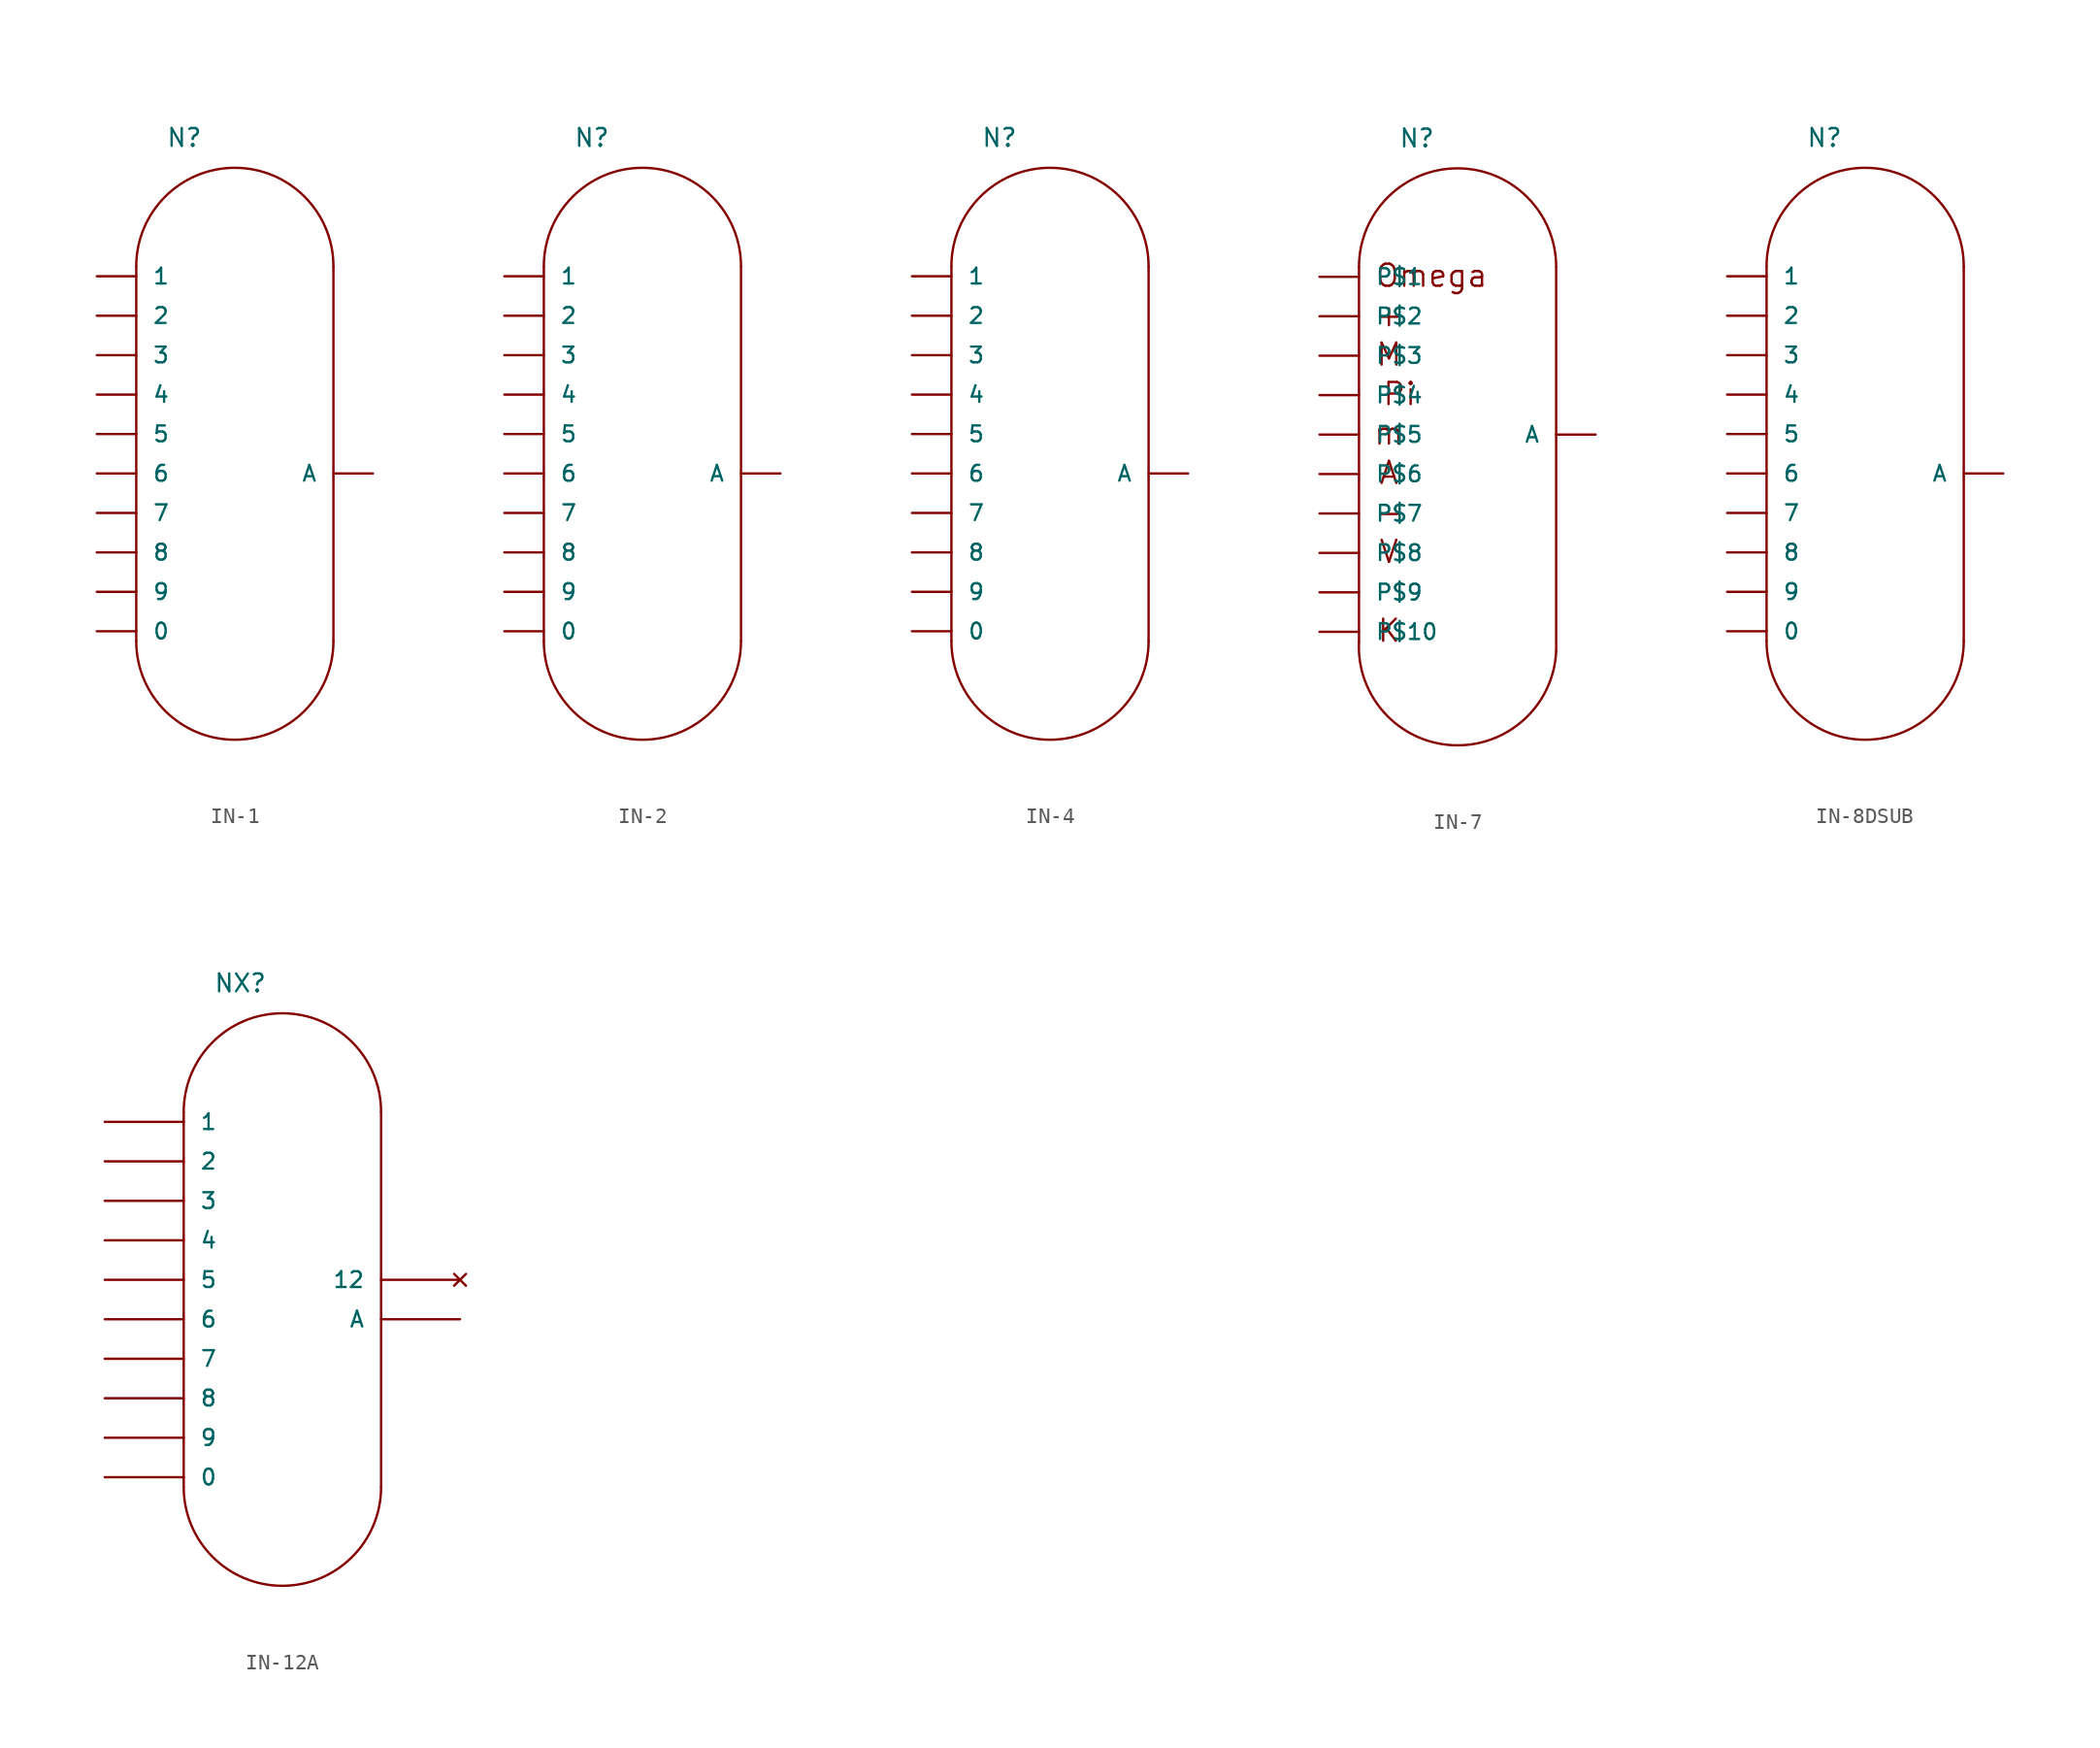
<source format=kicad_sym>
(kicad_symbol_lib
  (version 20231120)
  (generator "kicad_symbol_editor")
  (generator_version "8.0")
  (symbol "IN-1"
    (pin_numbers hide)
    (pin_names
      (offset 1.016))
    (property "Reference" "N"
      (at -5.715 20.955 0)
      (effects (font (size 1.143 1.143)) (justify left bottom)))
    (property "ki_locked" ""
      (at 0 0 0)
      (effects (font (size 1.27 1.27))))
    (symbol "IN-1_1_0"
      (polyline (pts (xy -7.62 -10.795) (xy -7.62 13.335)) (stroke (width 0) (type solid)) (fill (type none)))
      (polyline (pts (xy 5.08 -10.795) (xy 5.08 13.335)) (stroke (width 0) (type solid)) (fill (type none))))
    (symbol "IN-1_1_1"
      (arc (start -7.62 -10.795) (mid -1.27 -17.145) (end 5.08 -10.795) (stroke (width 0) (type solid)) (fill (type none)))
      (arc (start 5.08 13.335) (mid -1.27 19.685) (end -7.62 13.335) (stroke (width 0) (type solid)) (fill (type none)))
      (pin bidirectional line (at -10.16 -10.16 0) (length 2.54) (name "0" (effects (font (size 1.016 1.016)))) (number "0" (effects (font (size 1.016 1.016)))))
      (pin bidirectional line (at -10.16 12.7 0) (length 2.54) (name "1" (effects (font (size 1.016 1.016)))) (number "1" (effects (font (size 1.016 1.016)))))
      (pin bidirectional line (at -10.16 10.16 0) (length 2.54) (name "2" (effects (font (size 1.016 1.016)))) (number "2" (effects (font (size 1.016 1.016)))))
      (pin bidirectional line (at -10.16 7.62 0) (length 2.54) (name "3" (effects (font (size 1.016 1.016)))) (number "3" (effects (font (size 1.016 1.016)))))
      (pin bidirectional line (at -10.16 5.08 0) (length 2.54) (name "4" (effects (font (size 1.016 1.016)))) (number "4" (effects (font (size 1.016 1.016)))))
      (pin bidirectional line (at -10.16 2.54 0) (length 2.54) (name "5" (effects (font (size 1.016 1.016)))) (number "5" (effects (font (size 1.016 1.016)))))
      (pin bidirectional line (at -10.16 0 0) (length 2.54) (name "6" (effects (font (size 1.016 1.016)))) (number "6" (effects (font (size 1.016 1.016)))))
      (pin bidirectional line (at -10.16 -2.54 0) (length 2.54) (name "7" (effects (font (size 1.016 1.016)))) (number "7" (effects (font (size 1.016 1.016)))))
      (pin bidirectional line (at -10.16 -5.08 0) (length 2.54) (name "8" (effects (font (size 1.016 1.016)))) (number "8" (effects (font (size 1.016 1.016)))))
      (pin bidirectional line (at -10.16 -7.62 0) (length 2.54) (name "9" (effects (font (size 1.016 1.016)))) (number "9" (effects (font (size 1.016 1.016)))))
      (pin bidirectional line (at 7.62 0 180) (length 2.54) (name "A" (effects (font (size 1.016 1.016)))) (number "A" (effects (font (size 1.016 1.016)))))))
  (symbol "IN-2"
    (pin_numbers hide)
    (pin_names
      (offset 1.016))
    (property "Reference" "N"
      (at -5.715 20.955 0)
      (effects (font (size 1.143 1.143)) (justify left bottom)))
    (property "ki_locked" ""
      (at 0 0 0)
      (effects (font (size 1.27 1.27))))
    (symbol "IN-2_1_0"
      (polyline (pts (xy -7.62 -10.795) (xy -7.62 13.335)) (stroke (width 0) (type solid)) (fill (type none)))
      (polyline (pts (xy 5.08 -10.795) (xy 5.08 13.335)) (stroke (width 0) (type solid)) (fill (type none))))
    (symbol "IN-2_1_1"
      (arc (start -7.62 -10.795) (mid -1.27 -17.145) (end 5.08 -10.795) (stroke (width 0) (type solid)) (fill (type none)))
      (arc (start 5.08 13.335) (mid -1.27 19.685) (end -7.62 13.335) (stroke (width 0) (type solid)) (fill (type none)))
      (pin bidirectional line (at -10.16 -10.16 0) (length 2.54) (name "0" (effects (font (size 1.016 1.016)))) (number "0" (effects (font (size 1.016 1.016)))))
      (pin bidirectional line (at -10.16 12.7 0) (length 2.54) (name "1" (effects (font (size 1.016 1.016)))) (number "1" (effects (font (size 1.016 1.016)))))
      (pin bidirectional line (at -10.16 10.16 0) (length 2.54) (name "2" (effects (font (size 1.016 1.016)))) (number "2" (effects (font (size 1.016 1.016)))))
      (pin bidirectional line (at -10.16 7.62 0) (length 2.54) (name "3" (effects (font (size 1.016 1.016)))) (number "3" (effects (font (size 1.016 1.016)))))
      (pin bidirectional line (at -10.16 5.08 0) (length 2.54) (name "4" (effects (font (size 1.016 1.016)))) (number "4" (effects (font (size 1.016 1.016)))))
      (pin bidirectional line (at -10.16 2.54 0) (length 2.54) (name "5" (effects (font (size 1.016 1.016)))) (number "5" (effects (font (size 1.016 1.016)))))
      (pin bidirectional line (at -10.16 0 0) (length 2.54) (name "6" (effects (font (size 1.016 1.016)))) (number "6" (effects (font (size 1.016 1.016)))))
      (pin bidirectional line (at -10.16 -2.54 0) (length 2.54) (name "7" (effects (font (size 1.016 1.016)))) (number "7" (effects (font (size 1.016 1.016)))))
      (pin bidirectional line (at -10.16 -5.08 0) (length 2.54) (name "8" (effects (font (size 1.016 1.016)))) (number "8" (effects (font (size 1.016 1.016)))))
      (pin bidirectional line (at -10.16 -7.62 0) (length 2.54) (name "9" (effects (font (size 1.016 1.016)))) (number "9" (effects (font (size 1.016 1.016)))))
      (pin bidirectional line (at 7.62 0 180) (length 2.54) (name "A" (effects (font (size 1.016 1.016)))) (number "A" (effects (font (size 1.016 1.016)))))))
  (symbol "IN-4"
    (pin_numbers hide)
    (pin_names
      (offset 1.016))
    (property "Reference" "N"
      (at -5.715 20.955 0)
      (effects (font (size 1.143 1.143)) (justify left bottom)))
    (property "ki_locked" ""
      (at 0 0 0)
      (effects (font (size 1.27 1.27))))
    (symbol "IN-4_1_0"
      (polyline (pts (xy -7.62 -10.795) (xy -7.62 13.335)) (stroke (width 0) (type solid)) (fill (type none)))
      (polyline (pts (xy 5.08 -10.795) (xy 5.08 13.335)) (stroke (width 0) (type solid)) (fill (type none))))
    (symbol "IN-4_1_1"
      (arc (start -7.62 -10.795) (mid -1.27 -17.145) (end 5.08 -10.795) (stroke (width 0) (type solid)) (fill (type none)))
      (arc (start 5.08 13.335) (mid -1.27 19.685) (end -7.62 13.335) (stroke (width 0) (type solid)) (fill (type none)))
      (pin bidirectional line (at -10.16 -10.16 0) (length 2.54) (name "0" (effects (font (size 1.016 1.016)))) (number "0" (effects (font (size 1.016 1.016)))))
      (pin bidirectional line (at -10.16 12.7 0) (length 2.54) (name "1" (effects (font (size 1.016 1.016)))) (number "1" (effects (font (size 1.016 1.016)))))
      (pin bidirectional line (at -10.16 10.16 0) (length 2.54) (name "2" (effects (font (size 1.016 1.016)))) (number "2" (effects (font (size 1.016 1.016)))))
      (pin bidirectional line (at -10.16 7.62 0) (length 2.54) (name "3" (effects (font (size 1.016 1.016)))) (number "3" (effects (font (size 1.016 1.016)))))
      (pin bidirectional line (at -10.16 5.08 0) (length 2.54) (name "4" (effects (font (size 1.016 1.016)))) (number "4" (effects (font (size 1.016 1.016)))))
      (pin bidirectional line (at -10.16 2.54 0) (length 2.54) (name "5" (effects (font (size 1.016 1.016)))) (number "5" (effects (font (size 1.016 1.016)))))
      (pin bidirectional line (at -10.16 0 0) (length 2.54) (name "6" (effects (font (size 1.016 1.016)))) (number "6" (effects (font (size 1.016 1.016)))))
      (pin bidirectional line (at -10.16 -2.54 0) (length 2.54) (name "7" (effects (font (size 1.016 1.016)))) (number "7" (effects (font (size 1.016 1.016)))))
      (pin bidirectional line (at -10.16 -5.08 0) (length 2.54) (name "8" (effects (font (size 1.016 1.016)))) (number "8" (effects (font (size 1.016 1.016)))))
      (pin bidirectional line (at -10.16 -7.62 0) (length 2.54) (name "9" (effects (font (size 1.016 1.016)))) (number "9" (effects (font (size 1.016 1.016)))))
      (pin bidirectional line (at 7.62 0 180) (length 2.54) (name "A" (effects (font (size 1.016 1.016)))) (number "A3" (effects (font (size 1.016 1.016)))))))
  (symbol "IN-7"
    (pin_numbers hide)
    (pin_names
      (offset 1.016))
    (property "Reference" "N"
      (at -2.54 20.955 0)
      (effects (font (size 1.143 1.143)) (justify left bottom)))
    (property "ki_locked" ""
      (at 0 0 0)
      (effects (font (size 1.27 1.27))))
    (symbol "IN-7_1_0"
      (polyline (pts (xy -5.08 -10.795) (xy -5.08 13.335)) (stroke (width 0) (type solid)) (fill (type none)))
      (polyline (pts (xy 7.62 -11.43) (xy 7.62 13.335)) (stroke (width 0) (type solid)) (fill (type none)))
      (text "+" (at -3.15 10.236 0) (effects (font (size 1.422 1.422))))
      (text "-" (at -3.15 -2.464 0) (effects (font (size 1.422 1.422))))
      (text "A" (at -3.15 0.076 0) (effects (font (size 1.422 1.422))))
      (text "K" (at -3.15 -10.084 0) (effects (font (size 1.422 1.422))))
      (text "m" (at -3.15 2.616 0) (effects (font (size 1.422 1.422))))
      (text "M" (at -3.15 7.696 0) (effects (font (size 1.422 1.422))))
      (text "Omega" (at -0.406 12.776 0) (effects (font (size 1.422 1.422))))
      (text "Pi" (at -2.464 5.156 0) (effects (font (size 1.422 1.422))))
      (text "V" (at -3.15 -5.004 0) (effects (font (size 1.422 1.422))))
      (text "~" (at -3.15 -7.544 0) (effects (font (size 1.422 1.422)))))
    (symbol "IN-7_1_1"
      (arc (start -5.08 -10.795) (mid 0.9525 -17.4492) (end 7.62 -11.43) (stroke (width 0) (type solid)) (fill (type none)))
      (arc (start 7.62 13.335) (mid 1.27 19.685) (end -5.08 13.335) (stroke (width 0) (type solid)) (fill (type none)))
      (pin bidirectional line (at -7.62 -10.16 0) (length 2.54) (name "P$10" (effects (font (size 1.016 1.016)))) (number "0" (effects (font (size 1.016 1.016)))))
      (pin bidirectional line (at -7.62 12.7 0) (length 2.54) (name "P$1" (effects (font (size 1.016 1.016)))) (number "1" (effects (font (size 1.016 1.016)))))
      (pin bidirectional line (at -7.62 -5.08 0) (length 2.54) (name "P$8" (effects (font (size 1.016 1.016)))) (number "3" (effects (font (size 1.016 1.016)))))
      (pin bidirectional line (at 10.16 2.54 180) (length 2.54) (name "A" (effects (font (size 1.016 1.016)))) (number "4" (effects (font (size 1.016 1.016)))))
      (pin bidirectional line (at -7.62 2.54 0) (length 2.54) (name "P$5" (effects (font (size 1.016 1.016)))) (number "6" (effects (font (size 1.016 1.016)))))
      (pin bidirectional line (at -7.62 0 0) (length 2.54) (name "P$6" (effects (font (size 1.016 1.016)))) (number "7" (effects (font (size 1.016 1.016)))))
      (pin bidirectional line (at -7.62 7.62 0) (length 2.54) (name "P$3" (effects (font (size 1.016 1.016)))) (number "8" (effects (font (size 1.016 1.016)))))
      (pin bidirectional line (at -7.62 -2.54 0) (length 2.54) (name "P$7" (effects (font (size 1.016 1.016)))) (number "9" (effects (font (size 1.016 1.016)))))
      (pin bidirectional line (at -7.62 10.16 0) (length 2.54) (name "P$2" (effects (font (size 1.016 1.016)))) (number "A" (effects (font (size 1.016 1.016)))))
      (pin bidirectional line (at -7.62 -7.62 0) (length 2.54) (name "P$9" (effects (font (size 1.016 1.016)))) (number "A2" (effects (font (size 1.016 1.016)))))
      (pin bidirectional line (at -7.62 5.08 0) (length 2.54) (name "P$4" (effects (font (size 1.016 1.016)))) (number "N/C" (effects (font (size 1.016 1.016)))))))
  (symbol "IN-8DSUB"
    (pin_numbers hide)
    (pin_names
      (offset 1.016))
    (property "Reference" "N"
      (at -5.08 20.955 0)
      (effects (font (size 1.143 1.143)) (justify left bottom)))
    (property "ki_locked" ""
      (at 0 0 0)
      (effects (font (size 1.27 1.27))))
    (symbol "IN-8DSUB_1_0"
      (polyline (pts (xy -7.62 -10.795) (xy -7.62 13.335)) (stroke (width 0) (type solid)) (fill (type none)))
      (polyline (pts (xy 5.08 -10.795) (xy 5.08 13.335)) (stroke (width 0) (type solid)) (fill (type none))))
    (symbol "IN-8DSUB_1_1"
      (arc (start -7.62 -10.795) (mid -1.27 -17.145) (end 5.08 -10.795) (stroke (width 0) (type solid)) (fill (type none)))
      (arc (start 5.08 13.335) (mid -1.27 19.685) (end -7.62 13.335) (stroke (width 0) (type solid)) (fill (type none)))
      (pin bidirectional line (at -10.16 -10.16 0) (length 2.54) (name "0" (effects (font (size 1.016 1.016)))) (number "0" (effects (font (size 1.016 1.016)))))
      (pin bidirectional line (at -10.16 12.7 0) (length 2.54) (name "1" (effects (font (size 1.016 1.016)))) (number "1" (effects (font (size 1.016 1.016)))))
      (pin bidirectional line (at -10.16 10.16 0) (length 2.54) (name "2" (effects (font (size 1.016 1.016)))) (number "2" (effects (font (size 1.016 1.016)))))
      (pin bidirectional line (at -10.16 7.62 0) (length 2.54) (name "3" (effects (font (size 1.016 1.016)))) (number "3" (effects (font (size 1.016 1.016)))))
      (pin bidirectional line (at -10.16 5.08 0) (length 2.54) (name "4" (effects (font (size 1.016 1.016)))) (number "4" (effects (font (size 1.016 1.016)))))
      (pin bidirectional line (at -10.16 2.54 0) (length 2.54) (name "5" (effects (font (size 1.016 1.016)))) (number "5" (effects (font (size 1.016 1.016)))))
      (pin bidirectional line (at -10.16 0 0) (length 2.54) (name "6" (effects (font (size 1.016 1.016)))) (number "6" (effects (font (size 1.016 1.016)))))
      (pin bidirectional line (at -10.16 -2.54 0) (length 2.54) (name "7" (effects (font (size 1.016 1.016)))) (number "7" (effects (font (size 1.016 1.016)))))
      (pin bidirectional line (at -10.16 -5.08 0) (length 2.54) (name "8" (effects (font (size 1.016 1.016)))) (number "8" (effects (font (size 1.016 1.016)))))
      (pin bidirectional line (at -10.16 -7.62 0) (length 2.54) (name "9" (effects (font (size 1.016 1.016)))) (number "9" (effects (font (size 1.016 1.016)))))
      (pin bidirectional line (at 7.62 0 180) (length 2.54) (name "A" (effects (font (size 1.016 1.016)))) (number "A" (effects (font (size 1.016 1.016)))))))
  (symbol "IN-12A"
    (pin_numbers hide)
    (pin_names
      (offset 1.016))
    (property "Reference" "NX"
      (at -5.715 20.955 0)
      (effects (font (size 1.143 1.143)) (justify left bottom)))
    (property "ki_locked" ""
      (at 0 0 0)
      (effects (font (size 1.27 1.27))))
    (symbol "IN-12A_1_0"
      (polyline (pts (xy -7.62 -10.795) (xy -7.62 13.335)) (stroke (width 0) (type solid)) (fill (type none)))
      (polyline (pts (xy 5.08 -10.795) (xy 5.08 13.335)) (stroke (width 0) (type solid)) (fill (type none))))
    (symbol "IN-12A_1_1"
      (arc (start -7.62 -10.795) (mid -1.27 -17.145) (end 5.08 -10.795) (stroke (width 0) (type solid)) (fill (type none)))
      (arc (start 5.08 13.335) (mid -1.27 19.685) (end -7.62 13.335) (stroke (width 0) (type solid)) (fill (type none)))
      (pin bidirectional line (at 10.16 0 180) (length 5.08) (name "A" (effects (font (size 1.016 1.016)))) (number "1" (effects (font (size 1.016 1.016)))))
      (pin bidirectional line (at -12.7 10.16 0) (length 5.08) (name "2" (effects (font (size 1.016 1.016)))) (number "10" (effects (font (size 1.016 1.016)))))
      (pin bidirectional line (at -12.7 12.7 0) (length 5.08) (name "1" (effects (font (size 1.016 1.016)))) (number "11" (effects (font (size 1.016 1.016)))))
      (pin no_connect line (at 10.16 2.54 180) (length 5.08) (name "12" (effects (font (size 1.016 1.016)))) (number "12" (effects (font (size 1.016 1.016)))))
      (pin bidirectional line (at -12.7 -10.16 0) (length 5.08) (name "0" (effects (font (size 1.016 1.016)))) (number "2" (effects (font (size 1.016 1.016)))))
      (pin bidirectional line (at -12.7 -7.62 0) (length 5.08) (name "9" (effects (font (size 1.016 1.016)))) (number "3" (effects (font (size 1.016 1.016)))))
      (pin bidirectional line (at -12.7 -5.08 0) (length 5.08) (name "8" (effects (font (size 1.016 1.016)))) (number "4" (effects (font (size 1.016 1.016)))))
      (pin bidirectional line (at -12.7 -2.54 0) (length 5.08) (name "7" (effects (font (size 1.016 1.016)))) (number "5" (effects (font (size 1.016 1.016)))))
      (pin bidirectional line (at -12.7 0 0) (length 5.08) (name "6" (effects (font (size 1.016 1.016)))) (number "6" (effects (font (size 1.016 1.016)))))
      (pin bidirectional line (at -12.7 2.54 0) (length 5.08) (name "5" (effects (font (size 1.016 1.016)))) (number "7" (effects (font (size 1.016 1.016)))))
      (pin bidirectional line (at -12.7 5.08 0) (length 5.08) (name "4" (effects (font (size 1.016 1.016)))) (number "8" (effects (font (size 1.016 1.016)))))
      (pin bidirectional line (at -12.7 7.62 0) (length 5.08) (name "3" (effects (font (size 1.016 1.016)))) (number "9" (effects (font (size 1.016 1.016))))))))
</source>
